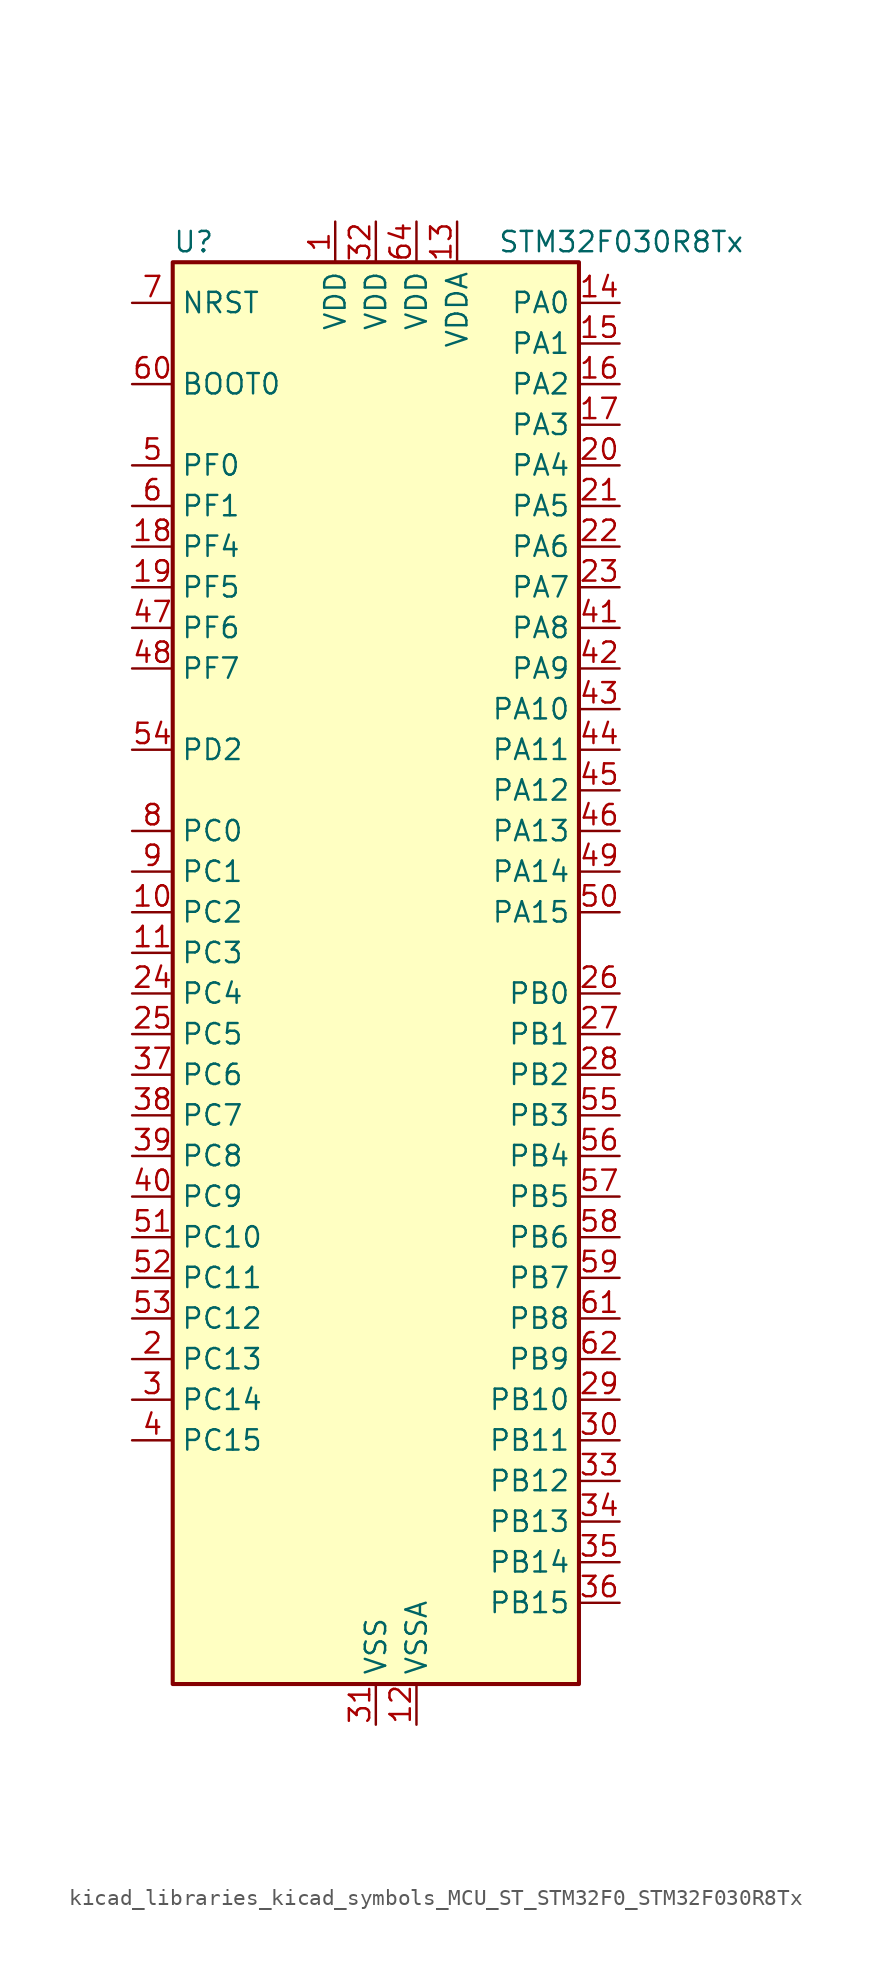
<source format=kicad_sym>
(kicad_symbol_lib
  (version 20220914)
  (generator kicad_symbol_editor)
  (symbol "kicad_libraries_kicad_symbols_MCU_ST_STM32F0_STM32F030R8Tx"
    (property "Reference" "U"
      (at -12.7 46.99 0)
      (effects (font (size 1.27 1.27)) (justify left)))
    (property "Value" "STM32F030R8Tx"
      (at 7.62 46.99 0)
      (effects (font (size 1.27 1.27)) (justify left)))
    (property "ki_locked" ""
      (at 0 0 0)
      (effects (font (size 1.27 1.27))))
    (symbol "kicad_libraries_kicad_symbols_MCU_ST_STM32F0_STM32F030R8Tx_0_1"
      (rectangle (start -12.7 -43.18) (end 12.7 45.72) (stroke (width 0.254) (type default)) (fill (type background))))
    (symbol "kicad_libraries_kicad_symbols_MCU_ST_STM32F0_STM32F030R8Tx_1_1"
      (pin power_in line (at -2.54 48.26 270) (length 2.54) (name "VDD" (effects (font (size 1.27 1.27)))) (number "1" (effects (font (size 1.27 1.27)))))
      (pin bidirectional line (at -15.24 5.08 0) (length 2.54) (name "PC2" (effects (font (size 1.27 1.27)))) (number "10" (effects (font (size 1.27 1.27)))) (alternate "ADC_IN12" bidirectional line))
      (pin bidirectional line (at -15.24 2.54 0) (length 2.54) (name "PC3" (effects (font (size 1.27 1.27)))) (number "11" (effects (font (size 1.27 1.27)))) (alternate "ADC_IN13" bidirectional line))
      (pin power_in line (at 2.54 -45.72 90) (length 2.54) (name "VSSA" (effects (font (size 1.27 1.27)))) (number "12" (effects (font (size 1.27 1.27)))))
      (pin power_in line (at 5.08 48.26 270) (length 2.54) (name "VDDA" (effects (font (size 1.27 1.27)))) (number "13" (effects (font (size 1.27 1.27)))))
      (pin bidirectional line (at 15.24 43.18 180) (length 2.54) (name "PA0" (effects (font (size 1.27 1.27)))) (number "14" (effects (font (size 1.27 1.27)))) (alternate "ADC_IN0" bidirectional line) (alternate "RTC_TAMP2" bidirectional line) (alternate "SYS_WKUP1" bidirectional line) (alternate "USART2_CTS" bidirectional line))
      (pin bidirectional line (at 15.24 40.64 180) (length 2.54) (name "PA1" (effects (font (size 1.27 1.27)))) (number "15" (effects (font (size 1.27 1.27)))) (alternate "ADC_IN1" bidirectional line) (alternate "USART2_DE" bidirectional line) (alternate "USART2_RTS" bidirectional line))
      (pin bidirectional line (at 15.24 38.1 180) (length 2.54) (name "PA2" (effects (font (size 1.27 1.27)))) (number "16" (effects (font (size 1.27 1.27)))) (alternate "ADC_IN2" bidirectional line) (alternate "TIM15_CH1" bidirectional line) (alternate "USART2_TX" bidirectional line))
      (pin bidirectional line (at 15.24 35.56 180) (length 2.54) (name "PA3" (effects (font (size 1.27 1.27)))) (number "17" (effects (font (size 1.27 1.27)))) (alternate "ADC_IN3" bidirectional line) (alternate "TIM15_CH2" bidirectional line) (alternate "USART2_RX" bidirectional line))
      (pin bidirectional line (at -15.24 27.94 0) (length 2.54) (name "PF4" (effects (font (size 1.27 1.27)))) (number "18" (effects (font (size 1.27 1.27)))))
      (pin bidirectional line (at -15.24 25.4 0) (length 2.54) (name "PF5" (effects (font (size 1.27 1.27)))) (number "19" (effects (font (size 1.27 1.27)))))
      (pin bidirectional line (at -15.24 -22.86 0) (length 2.54) (name "PC13" (effects (font (size 1.27 1.27)))) (number "2" (effects (font (size 1.27 1.27)))) (alternate "RTC_OUT_ALARM" bidirectional line) (alternate "RTC_OUT_CALIB" bidirectional line) (alternate "RTC_TAMP1" bidirectional line) (alternate "RTC_TS" bidirectional line) (alternate "SYS_WKUP2" bidirectional line))
      (pin bidirectional line (at 15.24 33.02 180) (length 2.54) (name "PA4" (effects (font (size 1.27 1.27)))) (number "20" (effects (font (size 1.27 1.27)))) (alternate "ADC_IN4" bidirectional line) (alternate "SPI1_NSS" bidirectional line) (alternate "TIM14_CH1" bidirectional line) (alternate "USART2_CK" bidirectional line))
      (pin bidirectional line (at 15.24 30.48 180) (length 2.54) (name "PA5" (effects (font (size 1.27 1.27)))) (number "21" (effects (font (size 1.27 1.27)))) (alternate "ADC_IN5" bidirectional line) (alternate "SPI1_SCK" bidirectional line))
      (pin bidirectional line (at 15.24 27.94 180) (length 2.54) (name "PA6" (effects (font (size 1.27 1.27)))) (number "22" (effects (font (size 1.27 1.27)))) (alternate "ADC_IN6" bidirectional line) (alternate "SPI1_MISO" bidirectional line) (alternate "TIM16_CH1" bidirectional line) (alternate "TIM1_BKIN" bidirectional line) (alternate "TIM3_CH1" bidirectional line))
      (pin bidirectional line (at 15.24 25.4 180) (length 2.54) (name "PA7" (effects (font (size 1.27 1.27)))) (number "23" (effects (font (size 1.27 1.27)))) (alternate "ADC_IN7" bidirectional line) (alternate "SPI1_MOSI" bidirectional line) (alternate "TIM14_CH1" bidirectional line) (alternate "TIM17_CH1" bidirectional line) (alternate "TIM1_CH1N" bidirectional line) (alternate "TIM3_CH2" bidirectional line))
      (pin bidirectional line (at -15.24 0 0) (length 2.54) (name "PC4" (effects (font (size 1.27 1.27)))) (number "24" (effects (font (size 1.27 1.27)))) (alternate "ADC_IN14" bidirectional line))
      (pin bidirectional line (at -15.24 -2.54 0) (length 2.54) (name "PC5" (effects (font (size 1.27 1.27)))) (number "25" (effects (font (size 1.27 1.27)))) (alternate "ADC_IN15" bidirectional line))
      (pin bidirectional line (at 15.24 0 180) (length 2.54) (name "PB0" (effects (font (size 1.27 1.27)))) (number "26" (effects (font (size 1.27 1.27)))) (alternate "ADC_IN8" bidirectional line) (alternate "TIM1_CH2N" bidirectional line) (alternate "TIM3_CH3" bidirectional line))
      (pin bidirectional line (at 15.24 -2.54 180) (length 2.54) (name "PB1" (effects (font (size 1.27 1.27)))) (number "27" (effects (font (size 1.27 1.27)))) (alternate "ADC_IN9" bidirectional line) (alternate "TIM14_CH1" bidirectional line) (alternate "TIM1_CH3N" bidirectional line) (alternate "TIM3_CH4" bidirectional line))
      (pin bidirectional line (at 15.24 -5.08 180) (length 2.54) (name "PB2" (effects (font (size 1.27 1.27)))) (number "28" (effects (font (size 1.27 1.27)))))
      (pin bidirectional line (at 15.24 -25.4 180) (length 2.54) (name "PB10" (effects (font (size 1.27 1.27)))) (number "29" (effects (font (size 1.27 1.27)))) (alternate "I2C2_SCL" bidirectional line))
      (pin bidirectional line (at -15.24 -25.4 0) (length 2.54) (name "PC14" (effects (font (size 1.27 1.27)))) (number "3" (effects (font (size 1.27 1.27)))) (alternate "RCC_OSC32_IN" bidirectional line))
      (pin bidirectional line (at 15.24 -27.94 180) (length 2.54) (name "PB11" (effects (font (size 1.27 1.27)))) (number "30" (effects (font (size 1.27 1.27)))) (alternate "I2C2_SDA" bidirectional line))
      (pin power_in line (at 0 -45.72 90) (length 2.54) (name "VSS" (effects (font (size 1.27 1.27)))) (number "31" (effects (font (size 1.27 1.27)))))
      (pin power_in line (at 0 48.26 270) (length 2.54) (name "VDD" (effects (font (size 1.27 1.27)))) (number "32" (effects (font (size 1.27 1.27)))))
      (pin bidirectional line (at 15.24 -30.48 180) (length 2.54) (name "PB12" (effects (font (size 1.27 1.27)))) (number "33" (effects (font (size 1.27 1.27)))) (alternate "SPI2_NSS" bidirectional line) (alternate "TIM1_BKIN" bidirectional line))
      (pin bidirectional line (at 15.24 -33.02 180) (length 2.54) (name "PB13" (effects (font (size 1.27 1.27)))) (number "34" (effects (font (size 1.27 1.27)))) (alternate "SPI2_SCK" bidirectional line) (alternate "TIM1_CH1N" bidirectional line))
      (pin bidirectional line (at 15.24 -35.56 180) (length 2.54) (name "PB14" (effects (font (size 1.27 1.27)))) (number "35" (effects (font (size 1.27 1.27)))) (alternate "SPI2_MISO" bidirectional line) (alternate "TIM15_CH1" bidirectional line) (alternate "TIM1_CH2N" bidirectional line))
      (pin bidirectional line (at 15.24 -38.1 180) (length 2.54) (name "PB15" (effects (font (size 1.27 1.27)))) (number "36" (effects (font (size 1.27 1.27)))) (alternate "RTC_REFIN" bidirectional line) (alternate "SPI2_MOSI" bidirectional line) (alternate "TIM15_CH1N" bidirectional line) (alternate "TIM15_CH2" bidirectional line) (alternate "TIM1_CH3N" bidirectional line))
      (pin bidirectional line (at -15.24 -5.08 0) (length 2.54) (name "PC6" (effects (font (size 1.27 1.27)))) (number "37" (effects (font (size 1.27 1.27)))) (alternate "TIM3_CH1" bidirectional line))
      (pin bidirectional line (at -15.24 -7.62 0) (length 2.54) (name "PC7" (effects (font (size 1.27 1.27)))) (number "38" (effects (font (size 1.27 1.27)))) (alternate "TIM3_CH2" bidirectional line))
      (pin bidirectional line (at -15.24 -10.16 0) (length 2.54) (name "PC8" (effects (font (size 1.27 1.27)))) (number "39" (effects (font (size 1.27 1.27)))) (alternate "TIM3_CH3" bidirectional line))
      (pin bidirectional line (at -15.24 -27.94 0) (length 2.54) (name "PC15" (effects (font (size 1.27 1.27)))) (number "4" (effects (font (size 1.27 1.27)))) (alternate "RCC_OSC32_OUT" bidirectional line))
      (pin bidirectional line (at -15.24 -12.7 0) (length 2.54) (name "PC9" (effects (font (size 1.27 1.27)))) (number "40" (effects (font (size 1.27 1.27)))) (alternate "TIM3_CH4" bidirectional line))
      (pin bidirectional line (at 15.24 22.86 180) (length 2.54) (name "PA8" (effects (font (size 1.27 1.27)))) (number "41" (effects (font (size 1.27 1.27)))) (alternate "RCC_MCO" bidirectional line) (alternate "TIM1_CH1" bidirectional line) (alternate "USART1_CK" bidirectional line))
      (pin bidirectional line (at 15.24 20.32 180) (length 2.54) (name "PA9" (effects (font (size 1.27 1.27)))) (number "42" (effects (font (size 1.27 1.27)))) (alternate "TIM15_BKIN" bidirectional line) (alternate "TIM1_CH2" bidirectional line) (alternate "USART1_TX" bidirectional line))
      (pin bidirectional line (at 15.24 17.78 180) (length 2.54) (name "PA10" (effects (font (size 1.27 1.27)))) (number "43" (effects (font (size 1.27 1.27)))) (alternate "TIM17_BKIN" bidirectional line) (alternate "TIM1_CH3" bidirectional line) (alternate "USART1_RX" bidirectional line))
      (pin bidirectional line (at 15.24 15.24 180) (length 2.54) (name "PA11" (effects (font (size 1.27 1.27)))) (number "44" (effects (font (size 1.27 1.27)))) (alternate "TIM1_CH4" bidirectional line) (alternate "USART1_CTS" bidirectional line))
      (pin bidirectional line (at 15.24 12.7 180) (length 2.54) (name "PA12" (effects (font (size 1.27 1.27)))) (number "45" (effects (font (size 1.27 1.27)))) (alternate "TIM1_ETR" bidirectional line) (alternate "USART1_DE" bidirectional line) (alternate "USART1_RTS" bidirectional line))
      (pin bidirectional line (at 15.24 10.16 180) (length 2.54) (name "PA13" (effects (font (size 1.27 1.27)))) (number "46" (effects (font (size 1.27 1.27)))) (alternate "IR_OUT" bidirectional line) (alternate "SYS_SWDIO" bidirectional line))
      (pin bidirectional line (at -15.24 22.86 0) (length 2.54) (name "PF6" (effects (font (size 1.27 1.27)))) (number "47" (effects (font (size 1.27 1.27)))) (alternate "I2C2_SCL" bidirectional line))
      (pin bidirectional line (at -15.24 20.32 0) (length 2.54) (name "PF7" (effects (font (size 1.27 1.27)))) (number "48" (effects (font (size 1.27 1.27)))) (alternate "I2C2_SDA" bidirectional line))
      (pin bidirectional line (at 15.24 7.62 180) (length 2.54) (name "PA14" (effects (font (size 1.27 1.27)))) (number "49" (effects (font (size 1.27 1.27)))) (alternate "SYS_SWCLK" bidirectional line) (alternate "USART2_TX" bidirectional line))
      (pin bidirectional line (at -15.24 33.02 0) (length 2.54) (name "PF0" (effects (font (size 1.27 1.27)))) (number "5" (effects (font (size 1.27 1.27)))) (alternate "RCC_OSC_IN" bidirectional line))
      (pin bidirectional line (at 15.24 5.08 180) (length 2.54) (name "PA15" (effects (font (size 1.27 1.27)))) (number "50" (effects (font (size 1.27 1.27)))) (alternate "SPI1_NSS" bidirectional line) (alternate "USART2_RX" bidirectional line))
      (pin bidirectional line (at -15.24 -15.24 0) (length 2.54) (name "PC10" (effects (font (size 1.27 1.27)))) (number "51" (effects (font (size 1.27 1.27)))))
      (pin bidirectional line (at -15.24 -17.78 0) (length 2.54) (name "PC11" (effects (font (size 1.27 1.27)))) (number "52" (effects (font (size 1.27 1.27)))))
      (pin bidirectional line (at -15.24 -20.32 0) (length 2.54) (name "PC12" (effects (font (size 1.27 1.27)))) (number "53" (effects (font (size 1.27 1.27)))))
      (pin bidirectional line (at -15.24 15.24 0) (length 2.54) (name "PD2" (effects (font (size 1.27 1.27)))) (number "54" (effects (font (size 1.27 1.27)))) (alternate "TIM3_ETR" bidirectional line))
      (pin bidirectional line (at 15.24 -7.62 180) (length 2.54) (name "PB3" (effects (font (size 1.27 1.27)))) (number "55" (effects (font (size 1.27 1.27)))) (alternate "SPI1_SCK" bidirectional line))
      (pin bidirectional line (at 15.24 -10.16 180) (length 2.54) (name "PB4" (effects (font (size 1.27 1.27)))) (number "56" (effects (font (size 1.27 1.27)))) (alternate "SPI1_MISO" bidirectional line) (alternate "TIM3_CH1" bidirectional line))
      (pin bidirectional line (at 15.24 -12.7 180) (length 2.54) (name "PB5" (effects (font (size 1.27 1.27)))) (number "57" (effects (font (size 1.27 1.27)))) (alternate "I2C1_SMBA" bidirectional line) (alternate "SPI1_MOSI" bidirectional line) (alternate "TIM16_BKIN" bidirectional line) (alternate "TIM3_CH2" bidirectional line))
      (pin bidirectional line (at 15.24 -15.24 180) (length 2.54) (name "PB6" (effects (font (size 1.27 1.27)))) (number "58" (effects (font (size 1.27 1.27)))) (alternate "I2C1_SCL" bidirectional line) (alternate "TIM16_CH1N" bidirectional line) (alternate "USART1_TX" bidirectional line))
      (pin bidirectional line (at 15.24 -17.78 180) (length 2.54) (name "PB7" (effects (font (size 1.27 1.27)))) (number "59" (effects (font (size 1.27 1.27)))) (alternate "I2C1_SDA" bidirectional line) (alternate "TIM17_CH1N" bidirectional line) (alternate "USART1_RX" bidirectional line))
      (pin bidirectional line (at -15.24 30.48 0) (length 2.54) (name "PF1" (effects (font (size 1.27 1.27)))) (number "6" (effects (font (size 1.27 1.27)))) (alternate "RCC_OSC_OUT" bidirectional line))
      (pin input line (at -15.24 38.1 0) (length 2.54) (name "BOOT0" (effects (font (size 1.27 1.27)))) (number "60" (effects (font (size 1.27 1.27)))))
      (pin bidirectional line (at 15.24 -20.32 180) (length 2.54) (name "PB8" (effects (font (size 1.27 1.27)))) (number "61" (effects (font (size 1.27 1.27)))) (alternate "I2C1_SCL" bidirectional line) (alternate "TIM16_CH1" bidirectional line))
      (pin bidirectional line (at 15.24 -22.86 180) (length 2.54) (name "PB9" (effects (font (size 1.27 1.27)))) (number "62" (effects (font (size 1.27 1.27)))) (alternate "I2C1_SDA" bidirectional line) (alternate "IR_OUT" bidirectional line) (alternate "TIM17_CH1" bidirectional line))
      (pin passive line (at 0 -45.72 90) (length 2.54) hide (name "VSS" (effects (font (size 1.27 1.27)))) (number "63" (effects (font (size 1.27 1.27)))))
      (pin power_in line (at 2.54 48.26 270) (length 2.54) (name "VDD" (effects (font (size 1.27 1.27)))) (number "64" (effects (font (size 1.27 1.27)))))
      (pin input line (at -15.24 43.18 0) (length 2.54) (name "NRST" (effects (font (size 1.27 1.27)))) (number "7" (effects (font (size 1.27 1.27)))))
      (pin bidirectional line (at -15.24 10.16 0) (length 2.54) (name "PC0" (effects (font (size 1.27 1.27)))) (number "8" (effects (font (size 1.27 1.27)))) (alternate "ADC_IN10" bidirectional line))
      (pin bidirectional line (at -15.24 7.62 0) (length 2.54) (name "PC1" (effects (font (size 1.27 1.27)))) (number "9" (effects (font (size 1.27 1.27)))) (alternate "ADC_IN11" bidirectional line)))))
</source>
